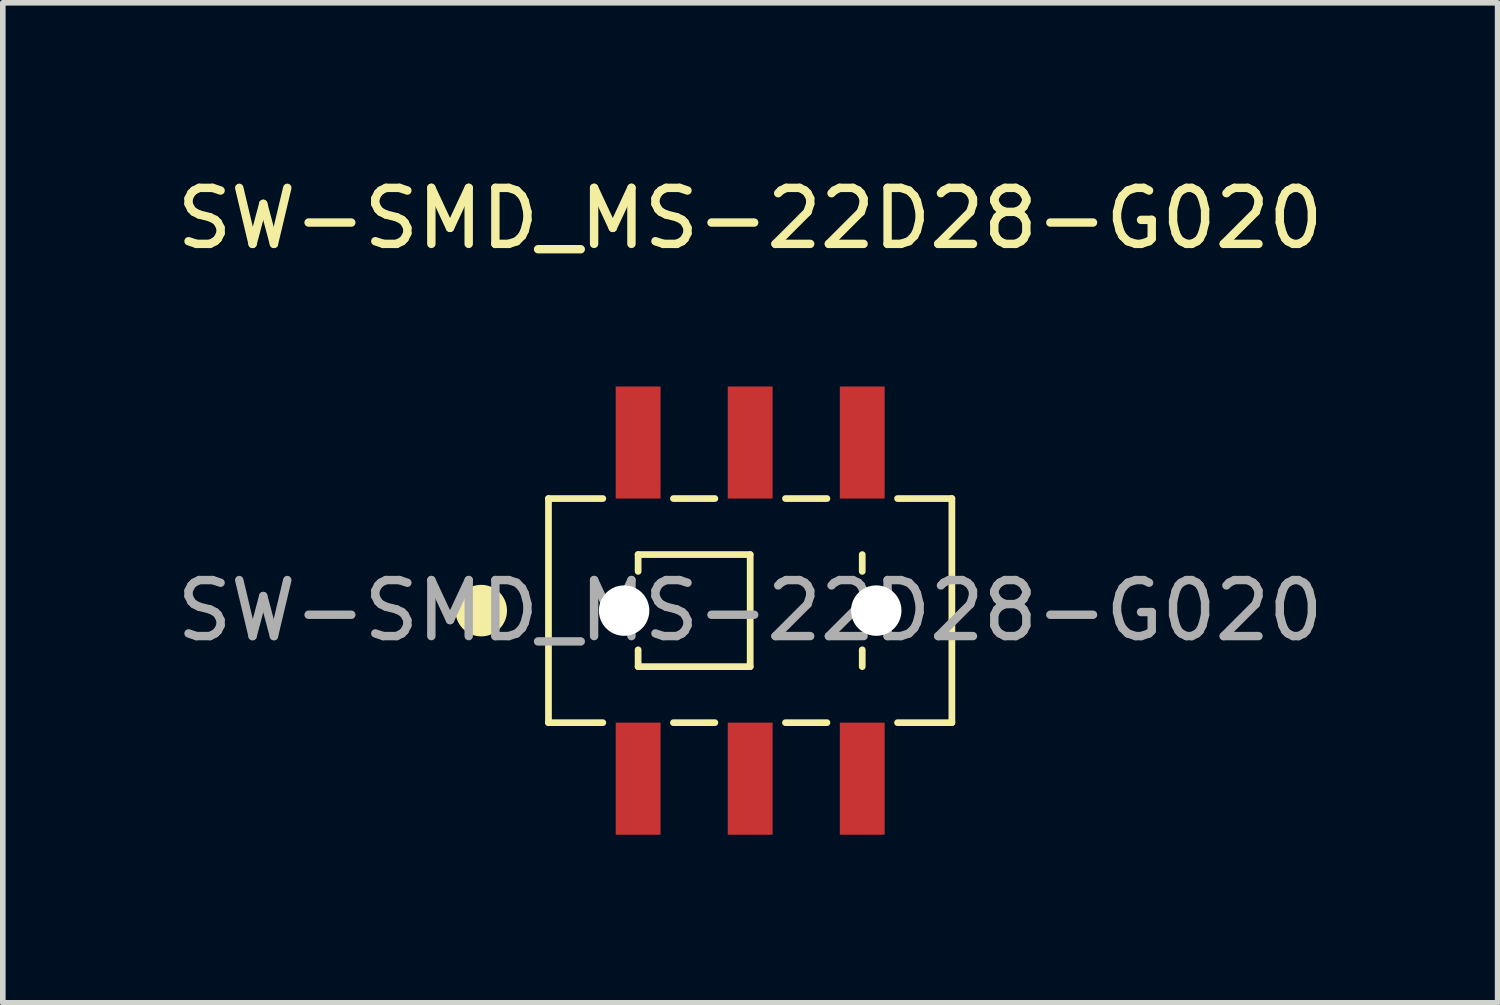
<source format=kicad_pcb>
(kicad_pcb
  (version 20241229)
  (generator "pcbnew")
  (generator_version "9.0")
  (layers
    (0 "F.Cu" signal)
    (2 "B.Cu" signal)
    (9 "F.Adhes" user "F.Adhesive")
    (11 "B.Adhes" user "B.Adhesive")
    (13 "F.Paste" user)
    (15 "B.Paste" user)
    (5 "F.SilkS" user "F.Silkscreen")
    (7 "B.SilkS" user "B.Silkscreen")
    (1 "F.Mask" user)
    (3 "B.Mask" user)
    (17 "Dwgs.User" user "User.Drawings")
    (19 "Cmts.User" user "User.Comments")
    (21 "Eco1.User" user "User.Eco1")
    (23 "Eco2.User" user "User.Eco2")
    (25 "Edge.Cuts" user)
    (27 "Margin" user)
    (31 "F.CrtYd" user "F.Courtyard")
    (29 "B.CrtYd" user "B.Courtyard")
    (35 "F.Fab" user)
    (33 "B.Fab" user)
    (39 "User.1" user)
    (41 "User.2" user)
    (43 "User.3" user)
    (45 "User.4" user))
  (footprint "SW-SMD_MS-22D28-G020"
    (layer "F.Cu")
    (at 10.339 7.848)
    (property "Reference" "SW-SMD_MS-22D28-G020" (at 0 -7 0) (layer "F.SilkS") (effects (font (size 1 1) (thickness 0.15))))
    (attr smd)
    (fp_line (start -3.6 -2) (end -3.6 2) (stroke (width 0.12) (type solid)) (layer "F.SilkS"))
    (fp_line (start -3.6 -2) (end -2.63 -2) (stroke (width 0.12) (type solid)) (layer "F.SilkS"))
    (fp_line (start -3.6 2) (end -2.63 2) (stroke (width 0.12) (type solid)) (layer "F.SilkS"))
    (fp_line (start -2 -0.7) (end -2 -1) (stroke (width 0.12) (type solid)) (layer "F.SilkS"))
    (fp_line (start -2 1) (end -2 0.7) (stroke (width 0.12) (type solid)) (layer "F.SilkS"))
    (fp_line (start -2 1) (end 0 1) (stroke (width 0.12) (type default)) (layer "F.SilkS"))
    (fp_line (start -1.37 -2) (end -0.63 -2) (stroke (width 0.12) (type solid)) (layer "F.SilkS"))
    (fp_line (start -1.37 2) (end -0.63 2) (stroke (width 0.12) (type solid)) (layer "F.SilkS"))
    (fp_line (start 0 -1) (end -2 -1) (stroke (width 0.12) (type default)) (layer "F.SilkS"))
    (fp_line (start 0 -1) (end 0 1) (stroke (width 0.12) (type solid)) (layer "F.SilkS"))
    (fp_line (start 0.63 -2) (end 1.37 -2) (stroke (width 0.12) (type solid)) (layer "F.SilkS"))
    (fp_line (start 0.63 2) (end 1.37 2) (stroke (width 0.12) (type solid)) (layer "F.SilkS"))
    (fp_line (start 2 -1) (end 2 -0.7) (stroke (width 0.12) (type solid)) (layer "F.SilkS"))
    (fp_line (start 2 0.7) (end 2 1) (stroke (width 0.12) (type solid)) (layer "F.SilkS"))
    (fp_line (start 2.63 -2) (end 3.6 -2) (stroke (width 0.12) (type solid)) (layer "F.SilkS"))
    (fp_line (start 2.63 2) (end 3.6 2) (stroke (width 0.12) (type solid)) (layer "F.SilkS"))
    (fp_line (start 3.6 -2) (end 3.6 2) (stroke (width 0.12) (type solid)) (layer "F.SilkS"))
    (fp_circle (center -4.8 0) (end -4.4 0) (stroke (width 0.12) (type default)) (fill yes) (layer "F.SilkS"))
    (fp_text user "${REFERENCE}" (at 0 0 0) (layer "F.Fab") (effects (font (size 1 1) (thickness 0.15))))
    (pad "" np_thru_hole circle (at -2.25 0) (size 0.9 0.9) (drill 0.9) (layers "*.Cu" "*.Mask"))
    (pad "" np_thru_hole circle (at 2.25 0) (size 0.9 0.9) (drill 0.9) (layers "*.Cu" "*.Mask"))
    (pad "1" smd rect (at -2 -3 90) (size 2 0.8) (layers "F.Cu" "F.Mask" "F.Paste"))
    (pad "2" smd rect (at 0 -3 90) (size 2 0.8) (layers "F.Cu" "F.Mask" "F.Paste"))
    (pad "3" smd rect (at 2 -3 90) (size 2 0.8) (layers "F.Cu" "F.Mask" "F.Paste"))
    (pad "4" smd rect (at -2 3 90) (size 2 0.8) (layers "F.Cu" "F.Mask" "F.Paste"))
    (pad "5" smd rect (at 0 3 90) (size 2 0.8) (layers "F.Cu" "F.Mask" "F.Paste"))
    (pad "6" smd rect (at 2 3 90) (size 2 0.8) (layers "F.Cu" "F.Mask" "F.Paste")))
  (gr_rect
    (start -3 -3)
    (end 23.679 14.848)
    (stroke (width 0.1) (type default))
    (fill no)
    (layer "Edge.Cuts")))
</source>
